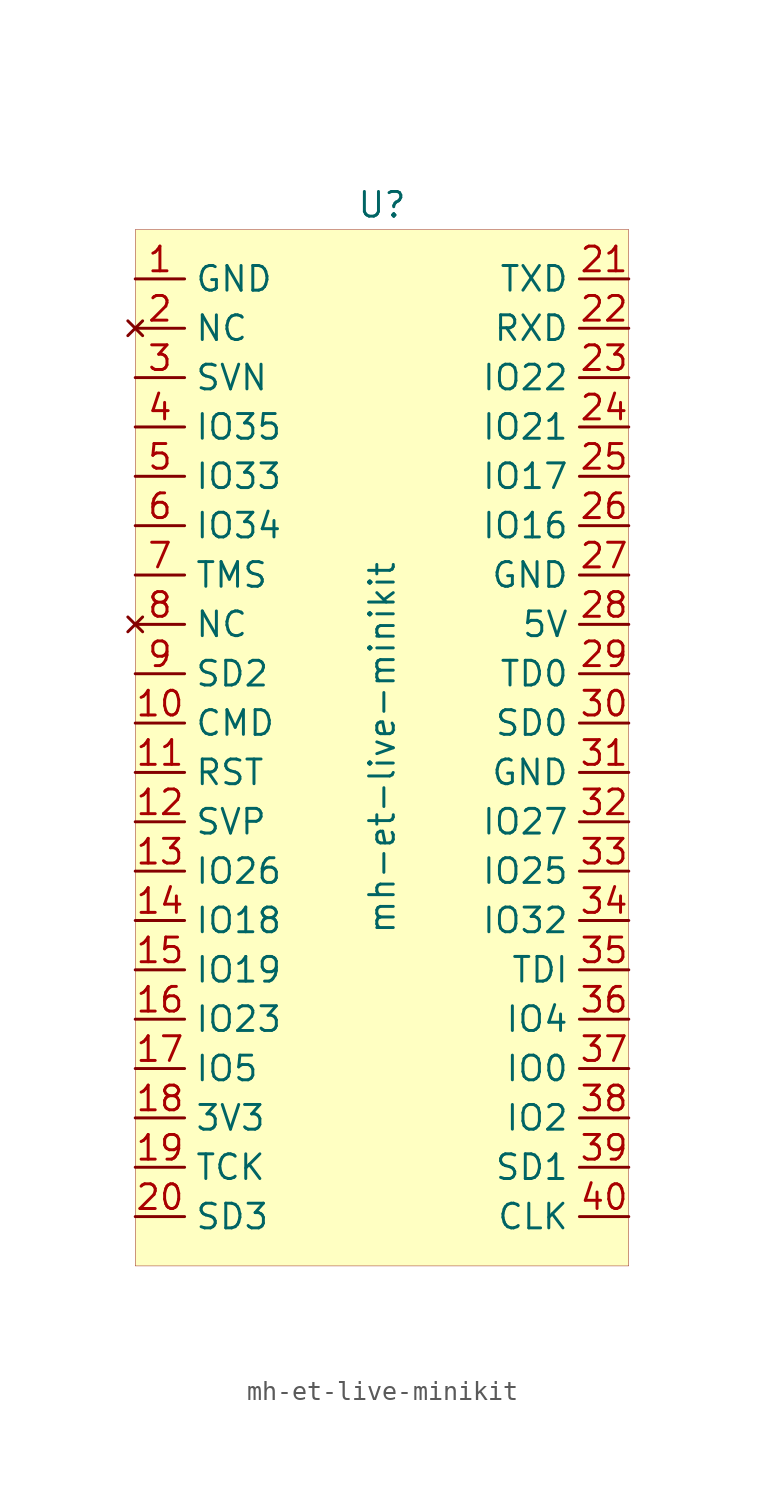
<source format=kicad_sym>
(kicad_symbol_lib
  (version 20220126)
  (generator kicad_symbol_editor)
  (symbol "mh-et-live-minikit"
    (property "Reference" "U"
      (at 0 27.94 0)
      (effects (font (size 1.27 1.27))))
    (property "Value" "mh-et-live-minikit"
      (at 0 0 90)
      (effects (font (size 1.27 1.27))))
    (symbol "mh-et-live-minikit_0_0"
      (pin passive line (at -12.7 24.13 0) (length 2.54) (name "GND" (effects (font (size 1.27 1.27)))) (number "1" (effects (font (size 1.27 1.27)))))
      (pin bidirectional line (at -12.7 1.27 0) (length 2.54) (name "CMD" (effects (font (size 1.27 1.27)))) (number "10" (effects (font (size 1.27 1.27)))))
      (pin input line (at -12.7 -1.27 0) (length 2.54) (name "RST" (effects (font (size 1.27 1.27)))) (number "11" (effects (font (size 1.27 1.27)))))
      (pin bidirectional line (at -12.7 -3.81 0) (length 2.54) (name "SVP" (effects (font (size 1.27 1.27)))) (number "12" (effects (font (size 1.27 1.27)))))
      (pin bidirectional line (at -12.7 -6.35 0) (length 2.54) (name "IO26" (effects (font (size 1.27 1.27)))) (number "13" (effects (font (size 1.27 1.27)))))
      (pin bidirectional line (at -12.7 -8.89 0) (length 2.54) (name "IO18" (effects (font (size 1.27 1.27)))) (number "14" (effects (font (size 1.27 1.27)))))
      (pin bidirectional line (at -12.7 -11.43 0) (length 2.54) (name "IO19" (effects (font (size 1.27 1.27)))) (number "15" (effects (font (size 1.27 1.27)))))
      (pin bidirectional line (at -12.7 -13.97 0) (length 2.54) (name "IO23" (effects (font (size 1.27 1.27)))) (number "16" (effects (font (size 1.27 1.27)))))
      (pin bidirectional line (at -12.7 -16.51 0) (length 2.54) (name "IO5" (effects (font (size 1.27 1.27)))) (number "17" (effects (font (size 1.27 1.27)))))
      (pin power_out line (at -12.7 -19.05 0) (length 2.54) (name "3V3" (effects (font (size 1.27 1.27)))) (number "18" (effects (font (size 1.27 1.27)))))
      (pin bidirectional line (at -12.7 -21.59 0) (length 2.54) (name "TCK" (effects (font (size 1.27 1.27)))) (number "19" (effects (font (size 1.27 1.27)))))
      (pin no_connect line (at -12.7 21.59 0) (length 2.54) (name "NC" (effects (font (size 1.27 1.27)))) (number "2" (effects (font (size 1.27 1.27)))))
      (pin bidirectional line (at -12.7 -24.13 0) (length 2.54) (name "SD3" (effects (font (size 1.27 1.27)))) (number "20" (effects (font (size 1.27 1.27)))))
      (pin bidirectional line (at 12.7 24.13 180) (length 2.54) (name "TXD" (effects (font (size 1.27 1.27)))) (number "21" (effects (font (size 1.27 1.27)))))
      (pin bidirectional line (at 12.7 21.59 180) (length 2.54) (name "RXD" (effects (font (size 1.27 1.27)))) (number "22" (effects (font (size 1.27 1.27)))))
      (pin bidirectional line (at 12.7 19.05 180) (length 2.54) (name "IO22" (effects (font (size 1.27 1.27)))) (number "23" (effects (font (size 1.27 1.27)))))
      (pin bidirectional line (at 12.7 16.51 180) (length 2.54) (name "IO21" (effects (font (size 1.27 1.27)))) (number "24" (effects (font (size 1.27 1.27)))))
      (pin bidirectional line (at 12.7 13.97 180) (length 2.54) (name "IO17" (effects (font (size 1.27 1.27)))) (number "25" (effects (font (size 1.27 1.27)))))
      (pin bidirectional line (at 12.7 11.43 180) (length 2.54) (name "IO16" (effects (font (size 1.27 1.27)))) (number "26" (effects (font (size 1.27 1.27)))))
      (pin passive line (at 12.7 8.89 180) (length 2.54) (name "GND" (effects (font (size 1.27 1.27)))) (number "27" (effects (font (size 1.27 1.27)))))
      (pin power_in line (at 12.7 6.35 180) (length 2.54) (name "5V" (effects (font (size 1.27 1.27)))) (number "28" (effects (font (size 1.27 1.27)))))
      (pin bidirectional line (at 12.7 3.81 180) (length 2.54) (name "TD0" (effects (font (size 1.27 1.27)))) (number "29" (effects (font (size 1.27 1.27)))))
      (pin bidirectional line (at -12.7 19.05 0) (length 2.54) (name "SVN" (effects (font (size 1.27 1.27)))) (number "3" (effects (font (size 1.27 1.27)))))
      (pin bidirectional line (at 12.7 1.27 180) (length 2.54) (name "SD0" (effects (font (size 1.27 1.27)))) (number "30" (effects (font (size 1.27 1.27)))))
      (pin passive line (at 12.7 -1.27 180) (length 2.54) (name "GND" (effects (font (size 1.27 1.27)))) (number "31" (effects (font (size 1.27 1.27)))))
      (pin bidirectional line (at 12.7 -3.81 180) (length 2.54) (name "IO27" (effects (font (size 1.27 1.27)))) (number "32" (effects (font (size 1.27 1.27)))))
      (pin bidirectional line (at 12.7 -6.35 180) (length 2.54) (name "IO25" (effects (font (size 1.27 1.27)))) (number "33" (effects (font (size 1.27 1.27)))))
      (pin bidirectional line (at 12.7 -8.89 180) (length 2.54) (name "IO32" (effects (font (size 1.27 1.27)))) (number "34" (effects (font (size 1.27 1.27)))))
      (pin bidirectional line (at 12.7 -11.43 180) (length 2.54) (name "TDI" (effects (font (size 1.27 1.27)))) (number "35" (effects (font (size 1.27 1.27)))))
      (pin bidirectional line (at 12.7 -13.97 180) (length 2.54) (name "IO4" (effects (font (size 1.27 1.27)))) (number "36" (effects (font (size 1.27 1.27)))))
      (pin bidirectional line (at 12.7 -16.51 180) (length 2.54) (name "IO0" (effects (font (size 1.27 1.27)))) (number "37" (effects (font (size 1.27 1.27)))))
      (pin bidirectional line (at 12.7 -19.05 180) (length 2.54) (name "IO2" (effects (font (size 1.27 1.27)))) (number "38" (effects (font (size 1.27 1.27)))))
      (pin bidirectional line (at 12.7 -21.59 180) (length 2.54) (name "SD1" (effects (font (size 1.27 1.27)))) (number "39" (effects (font (size 1.27 1.27)))))
      (pin bidirectional line (at -12.7 16.51 0) (length 2.54) (name "IO35" (effects (font (size 1.27 1.27)))) (number "4" (effects (font (size 1.27 1.27)))))
      (pin bidirectional line (at 12.7 -24.13 180) (length 2.54) (name "CLK" (effects (font (size 1.27 1.27)))) (number "40" (effects (font (size 1.27 1.27)))))
      (pin bidirectional line (at -12.7 13.97 0) (length 2.54) (name "IO33" (effects (font (size 1.27 1.27)))) (number "5" (effects (font (size 1.27 1.27)))))
      (pin bidirectional line (at -12.7 11.43 0) (length 2.54) (name "IO34" (effects (font (size 1.27 1.27)))) (number "6" (effects (font (size 1.27 1.27)))))
      (pin bidirectional line (at -12.7 8.89 0) (length 2.54) (name "TMS" (effects (font (size 1.27 1.27)))) (number "7" (effects (font (size 1.27 1.27)))))
      (pin no_connect line (at -12.7 6.35 0) (length 2.54) (name "NC" (effects (font (size 1.27 1.27)))) (number "8" (effects (font (size 1.27 1.27)))))
      (pin bidirectional line (at -12.7 3.81 0) (length 2.54) (name "SD2" (effects (font (size 1.27 1.27)))) (number "9" (effects (font (size 1.27 1.27))))))
    (symbol "mh-et-live-minikit_0_1"
      (rectangle (start -12.7 26.67) (end 12.7 -26.67) (stroke (width 0.001) (type default)) (fill (type background))))))
</source>
